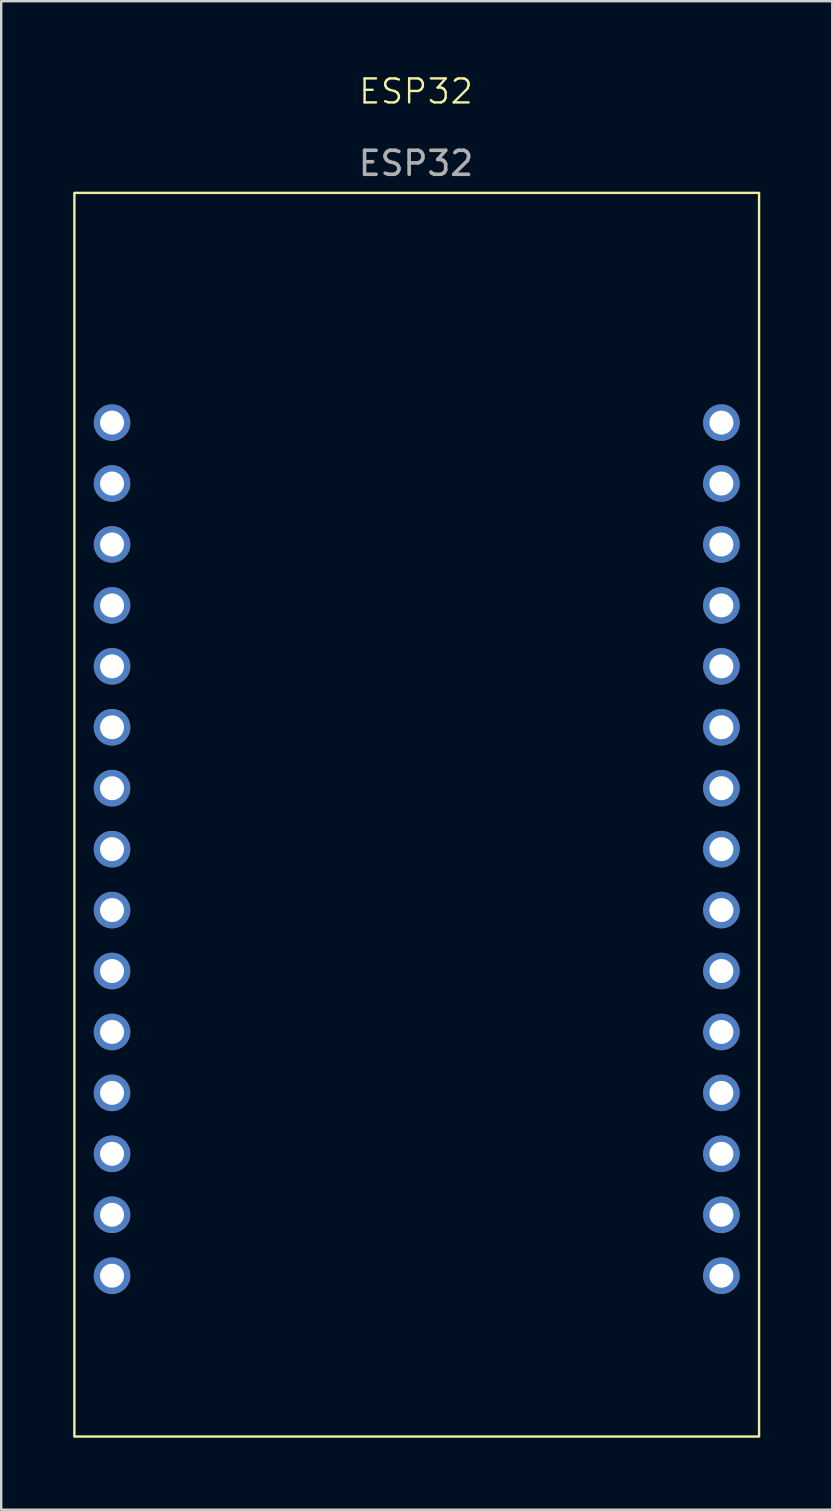
<source format=kicad_pcb>
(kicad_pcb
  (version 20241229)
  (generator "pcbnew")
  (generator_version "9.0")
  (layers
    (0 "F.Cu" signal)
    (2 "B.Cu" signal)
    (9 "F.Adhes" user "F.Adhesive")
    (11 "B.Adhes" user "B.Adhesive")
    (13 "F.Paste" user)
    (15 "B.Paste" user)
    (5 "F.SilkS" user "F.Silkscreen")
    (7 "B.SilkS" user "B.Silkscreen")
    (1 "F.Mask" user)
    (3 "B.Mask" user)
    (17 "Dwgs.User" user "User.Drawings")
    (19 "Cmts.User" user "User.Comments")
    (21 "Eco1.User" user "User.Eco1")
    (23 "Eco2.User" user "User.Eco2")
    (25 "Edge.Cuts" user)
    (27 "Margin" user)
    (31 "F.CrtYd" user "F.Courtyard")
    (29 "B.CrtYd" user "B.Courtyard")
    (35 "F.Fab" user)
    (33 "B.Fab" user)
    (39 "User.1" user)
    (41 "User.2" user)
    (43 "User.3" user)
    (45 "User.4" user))
  (footprint "ESP32"
    (layer "F.Cu")
    (at 14.32 30.91)
    (property "Reference" "ESP32" (at -0.03 -30.15 0) (unlocked yes) (layer "F.SilkS") (effects (font (size 1 1) (thickness 0.1))))
    (attr through_hole)
    (fp_rect (start -14.27 25.92) (end 14.27 -25.92) (stroke (width 0.1) (type default)) (fill no) (layer "F.SilkS"))
    (fp_text user "${REFERENCE}" (at -0.03 -27.15 0) (unlocked yes) (layer "F.Fab") (effects (font (size 1 1) (thickness 0.15))))
    (pad "1" thru_hole circle (at -12.7 -16.345) (size 1.524 1.524) (drill 1) (layers "*.Cu" "*.Mask"))
    (pad "2" thru_hole circle (at -12.7 -13.805) (size 1.524 1.524) (drill 1) (layers "*.Cu" "*.Mask"))
    (pad "3" thru_hole circle (at -12.7 -11.265) (size 1.524 1.524) (drill 1) (layers "*.Cu" "*.Mask"))
    (pad "4" thru_hole circle (at -12.7 -8.725) (size 1.524 1.524) (drill 1) (layers "*.Cu" "*.Mask"))
    (pad "5" thru_hole circle (at -12.7 -6.185) (size 1.524 1.524) (drill 1) (layers "*.Cu" "*.Mask"))
    (pad "6" thru_hole circle (at -12.7 -3.645) (size 1.524 1.524) (drill 1) (layers "*.Cu" "*.Mask"))
    (pad "7" thru_hole circle (at -12.7 -1.105) (size 1.524 1.524) (drill 1) (layers "*.Cu" "*.Mask"))
    (pad "8" thru_hole circle (at -12.7 1.435) (size 1.524 1.524) (drill 1) (layers "*.Cu" "*.Mask"))
    (pad "9" thru_hole circle (at -12.7 3.975) (size 1.524 1.524) (drill 1) (layers "*.Cu" "*.Mask"))
    (pad "10" thru_hole circle (at -12.7 6.515) (size 1.524 1.524) (drill 1) (layers "*.Cu" "*.Mask"))
    (pad "11" thru_hole circle (at -12.7 9.055) (size 1.524 1.524) (drill 1) (layers "*.Cu" "*.Mask"))
    (pad "12" thru_hole circle (at -12.7 11.595) (size 1.524 1.524) (drill 1) (layers "*.Cu" "*.Mask"))
    (pad "13" thru_hole circle (at -12.7 14.135) (size 1.524 1.524) (drill 1) (layers "*.Cu" "*.Mask"))
    (pad "14" thru_hole circle (at -12.7 16.675) (size 1.524 1.524) (drill 1) (layers "*.Cu" "*.Mask"))
    (pad "15" thru_hole circle (at -12.7 19.215) (size 1.524 1.524) (drill 1) (layers "*.Cu" "*.Mask"))
    (pad "18" thru_hole circle (at 12.7 19.215) (size 1.524 1.524) (drill 1) (layers "*.Cu" "*.Mask"))
    (pad "19" thru_hole circle (at 12.7 16.675) (size 1.524 1.524) (drill 1) (layers "*.Cu" "*.Mask"))
    (pad "20" thru_hole circle (at 12.7 14.135) (size 1.524 1.524) (drill 1) (layers "*.Cu" "*.Mask"))
    (pad "21" thru_hole circle (at 12.7 11.595) (size 1.524 1.524) (drill 1) (layers "*.Cu" "*.Mask"))
    (pad "22" thru_hole circle (at 12.7 9.055) (size 1.524 1.524) (drill 1) (layers "*.Cu" "*.Mask"))
    (pad "23" thru_hole circle (at 12.7 6.515) (size 1.524 1.524) (drill 1) (layers "*.Cu" "*.Mask"))
    (pad "24" thru_hole circle (at 12.7 3.975) (size 1.524 1.524) (drill 1) (layers "*.Cu" "*.Mask"))
    (pad "25" thru_hole circle (at 12.7 1.435) (size 1.524 1.524) (drill 1) (layers "*.Cu" "*.Mask"))
    (pad "26" thru_hole circle (at 12.7 -1.105) (size 1.524 1.524) (drill 1) (layers "*.Cu" "*.Mask"))
    (pad "27" thru_hole circle (at 12.7 -3.645) (size 1.524 1.524) (drill 1) (layers "*.Cu" "*.Mask"))
    (pad "28" thru_hole circle (at 12.7 -6.185) (size 1.524 1.524) (drill 1) (layers "*.Cu" "*.Mask"))
    (pad "29" thru_hole circle (at 12.7 -8.725) (size 1.524 1.524) (drill 1) (layers "*.Cu" "*.Mask"))
    (pad "30" thru_hole circle (at 12.7 -11.265) (size 1.524 1.524) (drill 1) (layers "*.Cu" "*.Mask"))
    (pad "31" thru_hole circle (at 12.7 -13.805) (size 1.524 1.524) (drill 1) (layers "*.Cu" "*.Mask"))
    (pad "32" thru_hole circle (at 12.7 -16.345) (size 1.524 1.524) (drill 1) (layers "*.Cu" "*.Mask")))
  (gr_rect
    (start -3 -3)
    (end 31.64 59.88)
    (stroke (width 0.1) (type default))
    (fill no)
    (layer "Edge.Cuts")))
</source>
